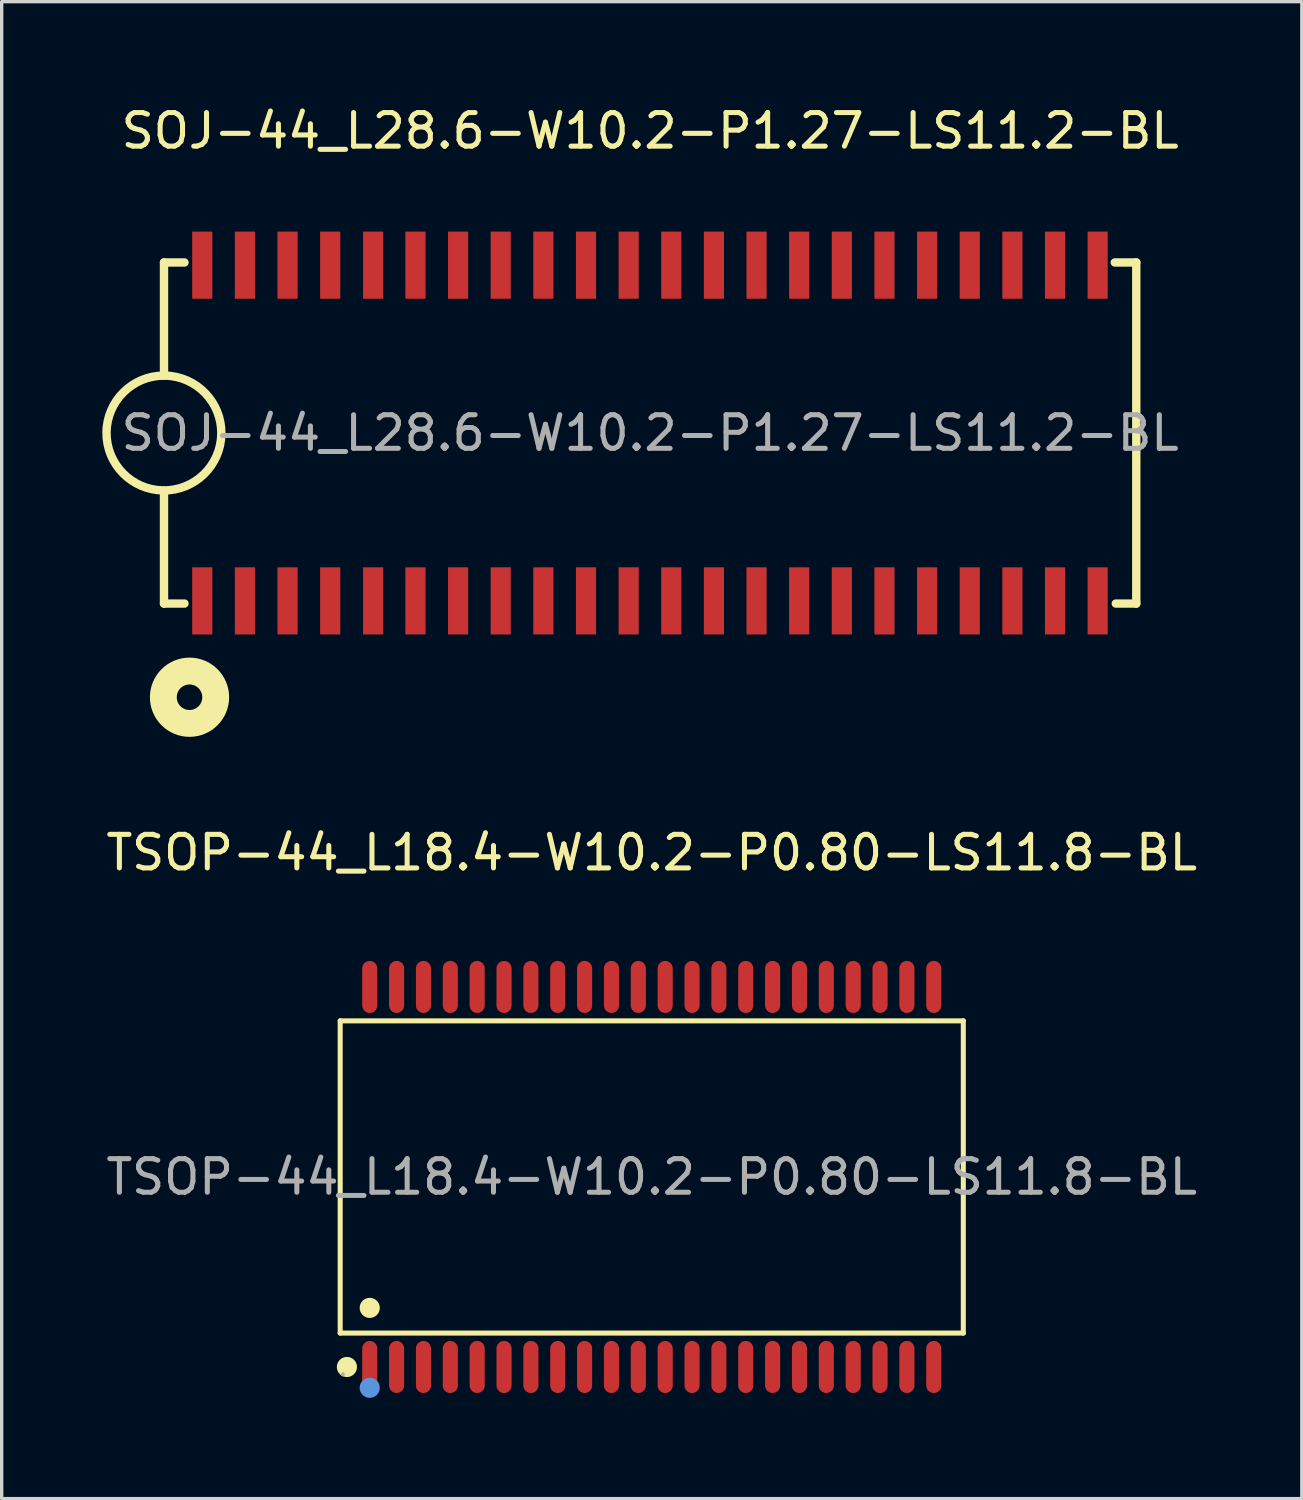
<source format=kicad_pcb>
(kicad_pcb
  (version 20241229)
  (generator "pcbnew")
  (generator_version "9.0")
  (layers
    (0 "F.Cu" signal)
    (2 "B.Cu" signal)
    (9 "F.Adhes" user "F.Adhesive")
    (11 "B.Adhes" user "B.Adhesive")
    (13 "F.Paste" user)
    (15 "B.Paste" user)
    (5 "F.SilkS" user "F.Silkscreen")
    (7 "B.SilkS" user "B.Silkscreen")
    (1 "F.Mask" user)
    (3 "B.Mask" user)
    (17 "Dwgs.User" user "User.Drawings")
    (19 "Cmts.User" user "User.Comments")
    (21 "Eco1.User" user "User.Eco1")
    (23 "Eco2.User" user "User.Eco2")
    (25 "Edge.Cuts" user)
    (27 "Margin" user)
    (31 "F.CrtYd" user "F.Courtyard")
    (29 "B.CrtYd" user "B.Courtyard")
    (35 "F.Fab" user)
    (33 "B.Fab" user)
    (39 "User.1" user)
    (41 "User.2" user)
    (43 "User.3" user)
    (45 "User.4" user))
  (footprint "SOJ-44_L28.6-W10.2-P1.27-LS11.2-BL"
    (layer "F.Cu")
    (at 16.315 9.848)
    (property "Reference" "SOJ-44_L28.6-W10.2-P1.27-LS11.2-BL" (at 0 -9 0) (layer "F.SilkS") (effects (font (size 1 1) (thickness 0.15))))
    (attr through_hole)
    (fp_line (start -14.48 -5.08) (end -14.48 -1.71) (stroke (width 0.25) (type solid)) (layer "F.SilkS"))
    (fp_line (start -14.48 -5.08) (end -13.87 -5.08) (stroke (width 0.25) (type solid)) (layer "F.SilkS"))
    (fp_line (start -14.48 1.72) (end -14.48 5.08) (stroke (width 0.25) (type solid)) (layer "F.SilkS"))
    (fp_line (start -14.48 5.08) (end -13.87 5.08) (stroke (width 0.25) (type solid)) (layer "F.SilkS"))
    (fp_line (start 13.84 -5.08) (end 14.48 -5.08) (stroke (width 0.25) (type solid)) (layer "F.SilkS"))
    (fp_line (start 14.48 -5.08) (end 14.48 5.08) (stroke (width 0.25) (type solid)) (layer "F.SilkS"))
    (fp_line (start 14.48 5.08) (end 13.87 5.08) (stroke (width 0.25) (type solid)) (layer "F.SilkS"))
    (fp_arc (start -14.450156 -1.70974) (mid -14.494923 1.709935) (end -14.48 -1.71) (stroke (width 0.25) (type solid)) (layer "F.SilkS"))
    (fp_circle (center -13.72 7.87) (end -13.34 7.87) (stroke (width 0.8) (type solid)) (fill no) (layer "F.SilkS"))
    (fp_text user "${REFERENCE}" (at 0 0 0) (layer "F.Fab") (effects (font (size 1 1) (thickness 0.15))))
    (pad "1" smd rect (at -13.34 5) (size 0.6 2) (layers "F.Cu" "F.Mask" "F.Paste"))
    (pad "2" smd rect (at -12.07 5) (size 0.6 2) (layers "F.Cu" "F.Mask" "F.Paste"))
    (pad "3" smd rect (at -10.8 5) (size 0.6 2) (layers "F.Cu" "F.Mask" "F.Paste"))
    (pad "4" smd rect (at -9.53 5) (size 0.6 2) (layers "F.Cu" "F.Mask" "F.Paste"))
    (pad "5" smd rect (at -8.25 5) (size 0.6 2) (layers "F.Cu" "F.Mask" "F.Paste"))
    (pad "6" smd rect (at -6.99 5) (size 0.6 2) (layers "F.Cu" "F.Mask" "F.Paste"))
    (pad "7" smd rect (at -5.72 5) (size 0.6 2) (layers "F.Cu" "F.Mask" "F.Paste"))
    (pad "8" smd rect (at -4.45 5) (size 0.6 2) (layers "F.Cu" "F.Mask" "F.Paste"))
    (pad "9" smd rect (at -3.18 5) (size 0.6 2) (layers "F.Cu" "F.Mask" "F.Paste"))
    (pad "10" smd rect (at -1.91 5) (size 0.6 2) (layers "F.Cu" "F.Mask" "F.Paste"))
    (pad "11" smd rect (at -0.64 5) (size 0.6 2) (layers "F.Cu" "F.Mask" "F.Paste"))
    (pad "12" smd rect (at 0.63 5) (size 0.6 2) (layers "F.Cu" "F.Mask" "F.Paste"))
    (pad "13" smd rect (at 1.9 5) (size 0.6 2) (layers "F.Cu" "F.Mask" "F.Paste"))
    (pad "14" smd rect (at 3.17 5) (size 0.6 2) (layers "F.Cu" "F.Mask" "F.Paste"))
    (pad "15" smd rect (at 4.44 5) (size 0.6 2) (layers "F.Cu" "F.Mask" "F.Paste"))
    (pad "16" smd rect (at 5.71 5) (size 0.6 2) (layers "F.Cu" "F.Mask" "F.Paste"))
    (pad "17" smd rect (at 6.98 5) (size 0.6 2) (layers "F.Cu" "F.Mask" "F.Paste"))
    (pad "18" smd rect (at 8.25 5) (size 0.6 2) (layers "F.Cu" "F.Mask" "F.Paste"))
    (pad "19" smd rect (at 9.52 5) (size 0.6 2) (layers "F.Cu" "F.Mask" "F.Paste"))
    (pad "20" smd rect (at 10.79 5) (size 0.6 2) (layers "F.Cu" "F.Mask" "F.Paste"))
    (pad "21" smd rect (at 12.06 5) (size 0.6 2) (layers "F.Cu" "F.Mask" "F.Paste"))
    (pad "22" smd rect (at 13.33 5) (size 0.6 2) (layers "F.Cu" "F.Mask" "F.Paste"))
    (pad "23" smd rect (at 13.33 -5) (size 0.6 2) (layers "F.Cu" "F.Mask" "F.Paste"))
    (pad "24" smd rect (at 12.06 -5) (size 0.6 2) (layers "F.Cu" "F.Mask" "F.Paste"))
    (pad "25" smd rect (at 10.79 -5) (size 0.6 2) (layers "F.Cu" "F.Mask" "F.Paste"))
    (pad "26" smd rect (at 9.52 -5) (size 0.6 2) (layers "F.Cu" "F.Mask" "F.Paste"))
    (pad "27" smd rect (at 8.25 -5) (size 0.6 2) (layers "F.Cu" "F.Mask" "F.Paste"))
    (pad "28" smd rect (at 6.98 -5) (size 0.6 2) (layers "F.Cu" "F.Mask" "F.Paste"))
    (pad "29" smd rect (at 5.71 -5) (size 0.6 2) (layers "F.Cu" "F.Mask" "F.Paste"))
    (pad "30" smd rect (at 4.44 -5) (size 0.6 2) (layers "F.Cu" "F.Mask" "F.Paste"))
    (pad "31" smd rect (at 3.17 -5) (size 0.6 2) (layers "F.Cu" "F.Mask" "F.Paste"))
    (pad "32" smd rect (at 1.9 -5) (size 0.6 2) (layers "F.Cu" "F.Mask" "F.Paste"))
    (pad "33" smd rect (at 0.63 -5) (size 0.6 2) (layers "F.Cu" "F.Mask" "F.Paste"))
    (pad "34" smd rect (at -0.64 -5) (size 0.6 2) (layers "F.Cu" "F.Mask" "F.Paste"))
    (pad "35" smd rect (at -1.91 -5) (size 0.6 2) (layers "F.Cu" "F.Mask" "F.Paste"))
    (pad "36" smd rect (at -3.18 -5) (size 0.6 2) (layers "F.Cu" "F.Mask" "F.Paste"))
    (pad "37" smd rect (at -4.45 -5) (size 0.6 2) (layers "F.Cu" "F.Mask" "F.Paste"))
    (pad "38" smd rect (at -5.72 -5) (size 0.6 2) (layers "F.Cu" "F.Mask" "F.Paste"))
    (pad "39" smd rect (at -6.99 -5) (size 0.6 2) (layers "F.Cu" "F.Mask" "F.Paste"))
    (pad "40" smd rect (at -8.25 -5) (size 0.6 2) (layers "F.Cu" "F.Mask" "F.Paste"))
    (pad "41" smd rect (at -9.53 -5) (size 0.6 2) (layers "F.Cu" "F.Mask" "F.Paste"))
    (pad "42" smd rect (at -10.8 -5) (size 0.6 2) (layers "F.Cu" "F.Mask" "F.Paste"))
    (pad "43" smd rect (at -12.07 -5) (size 0.6 2) (layers "F.Cu" "F.Mask" "F.Paste"))
    (pad "44" smd rect (at -13.34 -5) (size 0.6 2) (layers "F.Cu" "F.Mask" "F.Paste")))
  (footprint "TSOP-44_L18.4-W10.2-P0.80-LS11.8-BL"
    (layer "F.Cu")
    (at 16.363 32.007)
    (property "Reference" "TSOP-44_L18.4-W10.2-P0.80-LS11.8-BL" (at 0 -9.66 0) (layer "F.SilkS") (effects (font (size 1 1) (thickness 0.15))))
    (attr smd)
    (fp_line (start -9.28 -4.65) (end 9.28 -4.65) (stroke (width 0.15) (type solid)) (layer "F.SilkS"))
    (fp_line (start -9.28 4.65) (end -9.28 -4.65) (stroke (width 0.15) (type solid)) (layer "F.SilkS"))
    (fp_line (start 9.28 -4.65) (end 9.28 4.65) (stroke (width 0.15) (type solid)) (layer "F.SilkS"))
    (fp_line (start 9.28 4.65) (end -9.28 4.65) (stroke (width 0.15) (type solid)) (layer "F.SilkS"))
    (fp_circle (center -9.08 5.66) (end -8.93 5.66) (stroke (width 0.3) (type solid)) (fill no) (layer "F.SilkS"))
    (fp_circle (center -8.4 3.9) (end -8.25 3.9) (stroke (width 0.3) (type solid)) (fill no) (layer "F.SilkS"))
    (fp_circle (center -8.4 6.28) (end -8.25 6.28) (stroke (width 0.3) (type solid)) (fill no) (layer "Cmts.User"))
    (fp_circle (center -9.2 5.88) (end -9.17 5.88) (stroke (width 0.06) (type solid)) (fill no) (layer "F.Fab"))
    (fp_text user "${REFERENCE}" (at 0 0 0) (layer "F.Fab") (effects (font (size 1 1) (thickness 0.15))))
    (pad "1" smd oval (at -8.4 5.66) (size 0.45 1.55) (layers "F.Cu" "F.Mask" "F.Paste"))
    (pad "2" smd oval (at -7.6 5.66) (size 0.45 1.55) (layers "F.Cu" "F.Mask" "F.Paste"))
    (pad "3" smd oval (at -6.8 5.66) (size 0.45 1.55) (layers "F.Cu" "F.Mask" "F.Paste"))
    (pad "4" smd oval (at -6 5.66) (size 0.45 1.55) (layers "F.Cu" "F.Mask" "F.Paste"))
    (pad "5" smd oval (at -5.2 5.66) (size 0.45 1.55) (layers "F.Cu" "F.Mask" "F.Paste"))
    (pad "6" smd oval (at -4.4 5.66) (size 0.45 1.55) (layers "F.Cu" "F.Mask" "F.Paste"))
    (pad "7" smd oval (at -3.6 5.66) (size 0.45 1.55) (layers "F.Cu" "F.Mask" "F.Paste"))
    (pad "8" smd oval (at -2.8 5.66) (size 0.45 1.55) (layers "F.Cu" "F.Mask" "F.Paste"))
    (pad "9" smd oval (at -2 5.66) (size 0.45 1.55) (layers "F.Cu" "F.Mask" "F.Paste"))
    (pad "10" smd oval (at -1.2 5.66) (size 0.45 1.55) (layers "F.Cu" "F.Mask" "F.Paste"))
    (pad "11" smd oval (at -0.4 5.66) (size 0.45 1.55) (layers "F.Cu" "F.Mask" "F.Paste"))
    (pad "12" smd oval (at 0.4 5.66) (size 0.45 1.55) (layers "F.Cu" "F.Mask" "F.Paste"))
    (pad "13" smd oval (at 1.2 5.66) (size 0.45 1.55) (layers "F.Cu" "F.Mask" "F.Paste"))
    (pad "14" smd oval (at 2 5.66) (size 0.45 1.55) (layers "F.Cu" "F.Mask" "F.Paste"))
    (pad "15" smd oval (at 2.8 5.66) (size 0.45 1.55) (layers "F.Cu" "F.Mask" "F.Paste"))
    (pad "16" smd oval (at 3.6 5.66) (size 0.45 1.55) (layers "F.Cu" "F.Mask" "F.Paste"))
    (pad "17" smd oval (at 4.4 5.66) (size 0.45 1.55) (layers "F.Cu" "F.Mask" "F.Paste"))
    (pad "18" smd oval (at 5.2 5.66) (size 0.45 1.55) (layers "F.Cu" "F.Mask" "F.Paste"))
    (pad "19" smd oval (at 6 5.66) (size 0.45 1.55) (layers "F.Cu" "F.Mask" "F.Paste"))
    (pad "20" smd oval (at 6.8 5.66) (size 0.45 1.55) (layers "F.Cu" "F.Mask" "F.Paste"))
    (pad "21" smd oval (at 7.6 5.66) (size 0.45 1.55) (layers "F.Cu" "F.Mask" "F.Paste"))
    (pad "22" smd oval (at 8.4 5.66) (size 0.45 1.55) (layers "F.Cu" "F.Mask" "F.Paste"))
    (pad "23" smd oval (at 8.4 -5.66) (size 0.45 1.55) (layers "F.Cu" "F.Mask" "F.Paste"))
    (pad "24" smd oval (at 7.6 -5.66) (size 0.45 1.55) (layers "F.Cu" "F.Mask" "F.Paste"))
    (pad "25" smd oval (at 6.8 -5.66) (size 0.45 1.55) (layers "F.Cu" "F.Mask" "F.Paste"))
    (pad "26" smd oval (at 6 -5.66) (size 0.45 1.55) (layers "F.Cu" "F.Mask" "F.Paste"))
    (pad "27" smd oval (at 5.2 -5.66) (size 0.45 1.55) (layers "F.Cu" "F.Mask" "F.Paste"))
    (pad "28" smd oval (at 4.4 -5.66) (size 0.45 1.55) (layers "F.Cu" "F.Mask" "F.Paste"))
    (pad "29" smd oval (at 3.6 -5.66) (size 0.45 1.55) (layers "F.Cu" "F.Mask" "F.Paste"))
    (pad "30" smd oval (at 2.8 -5.66) (size 0.45 1.55) (layers "F.Cu" "F.Mask" "F.Paste"))
    (pad "31" smd oval (at 2 -5.66) (size 0.45 1.55) (layers "F.Cu" "F.Mask" "F.Paste"))
    (pad "32" smd oval (at 1.2 -5.66) (size 0.45 1.55) (layers "F.Cu" "F.Mask" "F.Paste"))
    (pad "33" smd oval (at 0.4 -5.66) (size 0.45 1.55) (layers "F.Cu" "F.Mask" "F.Paste"))
    (pad "34" smd oval (at -0.4 -5.66) (size 0.45 1.55) (layers "F.Cu" "F.Mask" "F.Paste"))
    (pad "35" smd oval (at -1.2 -5.66) (size 0.45 1.55) (layers "F.Cu" "F.Mask" "F.Paste"))
    (pad "36" smd oval (at -2 -5.66) (size 0.45 1.55) (layers "F.Cu" "F.Mask" "F.Paste"))
    (pad "37" smd oval (at -2.8 -5.66) (size 0.45 1.55) (layers "F.Cu" "F.Mask" "F.Paste"))
    (pad "38" smd oval (at -3.6 -5.66) (size 0.45 1.55) (layers "F.Cu" "F.Mask" "F.Paste"))
    (pad "39" smd oval (at -4.4 -5.66) (size 0.45 1.55) (layers "F.Cu" "F.Mask" "F.Paste"))
    (pad "40" smd oval (at -5.2 -5.66) (size 0.45 1.55) (layers "F.Cu" "F.Mask" "F.Paste"))
    (pad "41" smd oval (at -6 -5.66) (size 0.45 1.55) (layers "F.Cu" "F.Mask" "F.Paste"))
    (pad "42" smd oval (at -6.8 -5.66) (size 0.45 1.55) (layers "F.Cu" "F.Mask" "F.Paste"))
    (pad "43" smd oval (at -7.6 -5.66) (size 0.45 1.55) (layers "F.Cu" "F.Mask" "F.Paste"))
    (pad "44" smd oval (at -8.4 -5.66) (size 0.45 1.55) (layers "F.Cu" "F.Mask" "F.Paste")))
  (gr_rect
    (start -3 -3)
    (end 35.726 41.587)
    (stroke (width 0.1) (type default))
    (fill no)
    (layer "Edge.Cuts")))
</source>
